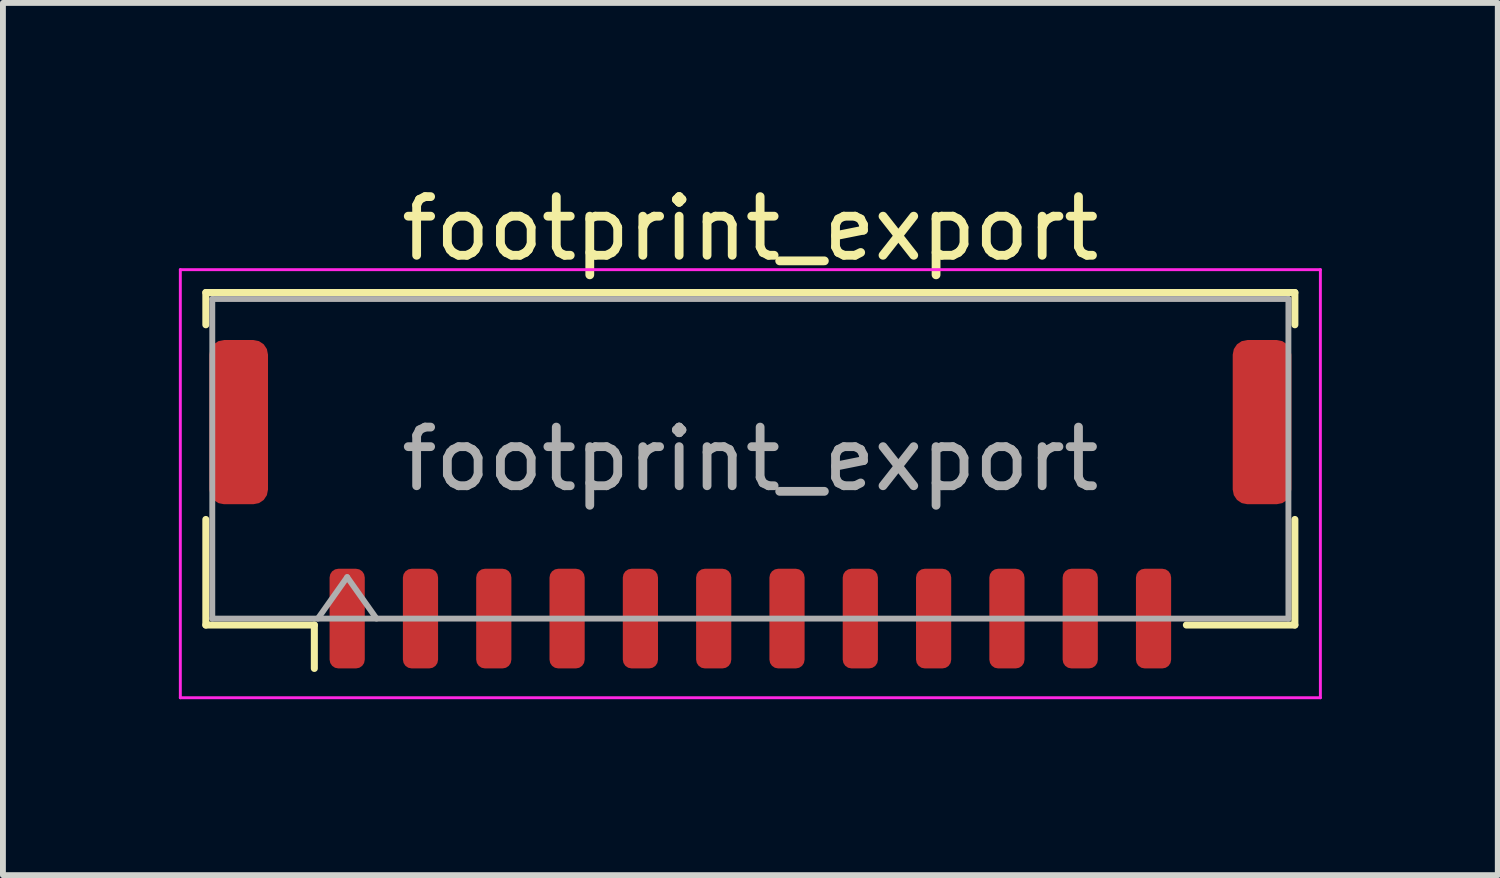
<source format=kicad_pcb>
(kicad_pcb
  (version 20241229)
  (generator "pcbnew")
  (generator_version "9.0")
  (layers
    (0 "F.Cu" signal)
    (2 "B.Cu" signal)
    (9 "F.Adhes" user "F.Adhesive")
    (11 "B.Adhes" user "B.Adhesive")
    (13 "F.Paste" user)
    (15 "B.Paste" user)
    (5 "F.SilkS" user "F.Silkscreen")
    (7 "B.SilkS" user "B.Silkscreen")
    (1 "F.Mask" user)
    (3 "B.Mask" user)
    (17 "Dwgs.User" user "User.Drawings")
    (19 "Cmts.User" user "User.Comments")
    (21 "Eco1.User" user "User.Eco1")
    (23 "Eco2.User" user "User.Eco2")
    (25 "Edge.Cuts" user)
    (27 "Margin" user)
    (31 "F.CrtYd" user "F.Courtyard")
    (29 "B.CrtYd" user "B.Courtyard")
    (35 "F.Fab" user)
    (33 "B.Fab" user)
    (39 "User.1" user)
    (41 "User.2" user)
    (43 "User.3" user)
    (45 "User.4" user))
  (footprint "footprint_export"
    (layer "F.Cu")
    (at 9.745 5.548)
    (property "Reference" "footprint_export" (at 0 -4.7 0) (layer "F.SilkS") (effects (font (size 1 1) (thickness 0.15))))
    (attr smd)
    (fp_line (start -9.285 -3.61) (end 9.285 -3.61) (stroke (width 0.12) (type solid)) (layer "F.SilkS"))
    (fp_line (start -9.285 -3.06) (end -9.285 -3.61) (stroke (width 0.12) (type solid)) (layer "F.SilkS"))
    (fp_line (start -9.285 0.26) (end -9.285 2.06) (stroke (width 0.12) (type solid)) (layer "F.SilkS"))
    (fp_line (start -9.285 2.06) (end -7.435 2.06) (stroke (width 0.12) (type solid)) (layer "F.SilkS"))
    (fp_line (start -7.435 2.06) (end -7.435 2.8) (stroke (width 0.12) (type solid)) (layer "F.SilkS"))
    (fp_line (start 9.285 -3.61) (end 9.285 -3.06) (stroke (width 0.12) (type solid)) (layer "F.SilkS"))
    (fp_line (start 9.285 0.26) (end 9.285 2.06) (stroke (width 0.12) (type solid)) (layer "F.SilkS"))
    (fp_line (start 9.285 2.06) (end 7.435 2.06) (stroke (width 0.12) (type solid)) (layer "F.SilkS"))
    (fp_line (start -9.72 -4) (end -9.72 3.3) (stroke (width 0.05) (type solid)) (layer "F.CrtYd"))
    (fp_line (start -9.72 3.3) (end 9.72 3.3) (stroke (width 0.05) (type solid)) (layer "F.CrtYd"))
    (fp_line (start 9.72 -4) (end -9.72 -4) (stroke (width 0.05) (type solid)) (layer "F.CrtYd"))
    (fp_line (start 9.72 3.3) (end 9.72 -4) (stroke (width 0.05) (type solid)) (layer "F.CrtYd"))
    (fp_line (start -9.175 -3.5) (end 9.175 -3.5) (stroke (width 0.1) (type solid)) (layer "F.Fab"))
    (fp_line (start -9.175 1.95) (end -9.175 -3.5) (stroke (width 0.1) (type solid)) (layer "F.Fab"))
    (fp_line (start -9.175 1.95) (end 9.175 1.95) (stroke (width 0.1) (type solid)) (layer "F.Fab"))
    (fp_line (start -7.375 1.95) (end -6.875 1.243) (stroke (width 0.1) (type solid)) (layer "F.Fab"))
    (fp_line (start -6.875 1.243) (end -6.375 1.95) (stroke (width 0.1) (type solid)) (layer "F.Fab"))
    (fp_line (start 9.175 1.95) (end 9.175 -3.5) (stroke (width 0.1) (type solid)) (layer "F.Fab"))
    (fp_text user "${REFERENCE}" (at 0 -0.77 0) (layer "F.Fab") (effects (font (size 1 1) (thickness 0.15))))
    (pad "1" smd roundrect (at -6.875 1.95) (size 0.6 1.7) (layers "F.Cu" "F.Mask" "F.Paste") (roundrect_rratio 0.25))
    (pad "2" smd roundrect (at -5.625 1.95) (size 0.6 1.7) (layers "F.Cu" "F.Mask" "F.Paste") (roundrect_rratio 0.25))
    (pad "3" smd roundrect (at -4.375 1.95) (size 0.6 1.7) (layers "F.Cu" "F.Mask" "F.Paste") (roundrect_rratio 0.25))
    (pad "4" smd roundrect (at -3.125 1.95) (size 0.6 1.7) (layers "F.Cu" "F.Mask" "F.Paste") (roundrect_rratio 0.25))
    (pad "5" smd roundrect (at -1.875 1.95) (size 0.6 1.7) (layers "F.Cu" "F.Mask" "F.Paste") (roundrect_rratio 0.25))
    (pad "6" smd roundrect (at -0.625 1.95) (size 0.6 1.7) (layers "F.Cu" "F.Mask" "F.Paste") (roundrect_rratio 0.25))
    (pad "7" smd roundrect (at 0.625 1.95) (size 0.6 1.7) (layers "F.Cu" "F.Mask" "F.Paste") (roundrect_rratio 0.25))
    (pad "8" smd roundrect (at 1.875 1.95) (size 0.6 1.7) (layers "F.Cu" "F.Mask" "F.Paste") (roundrect_rratio 0.25))
    (pad "9" smd roundrect (at 3.125 1.95) (size 0.6 1.7) (layers "F.Cu" "F.Mask" "F.Paste") (roundrect_rratio 0.25))
    (pad "10" smd roundrect (at 4.375 1.95) (size 0.6 1.7) (layers "F.Cu" "F.Mask" "F.Paste") (roundrect_rratio 0.25))
    (pad "11" smd roundrect (at 5.625 1.95) (size 0.6 1.7) (layers "F.Cu" "F.Mask" "F.Paste") (roundrect_rratio 0.25))
    (pad "12" smd roundrect (at 6.875 1.95) (size 0.6 1.7) (layers "F.Cu" "F.Mask" "F.Paste") (roundrect_rratio 0.25))
    (pad "MP" smd roundrect (at -8.725 -1.4) (size 1 2.8) (layers "F.Cu" "F.Mask" "F.Paste") (roundrect_rratio 0.25))
    (pad "MP" smd roundrect (at 8.725 -1.4) (size 1 2.8) (layers "F.Cu" "F.Mask" "F.Paste") (roundrect_rratio 0.25)))
  (gr_rect
    (start -3 -3)
    (end 22.49 11.873)
    (stroke (width 0.1) (type default))
    (fill no)
    (layer "Edge.Cuts")))
</source>
